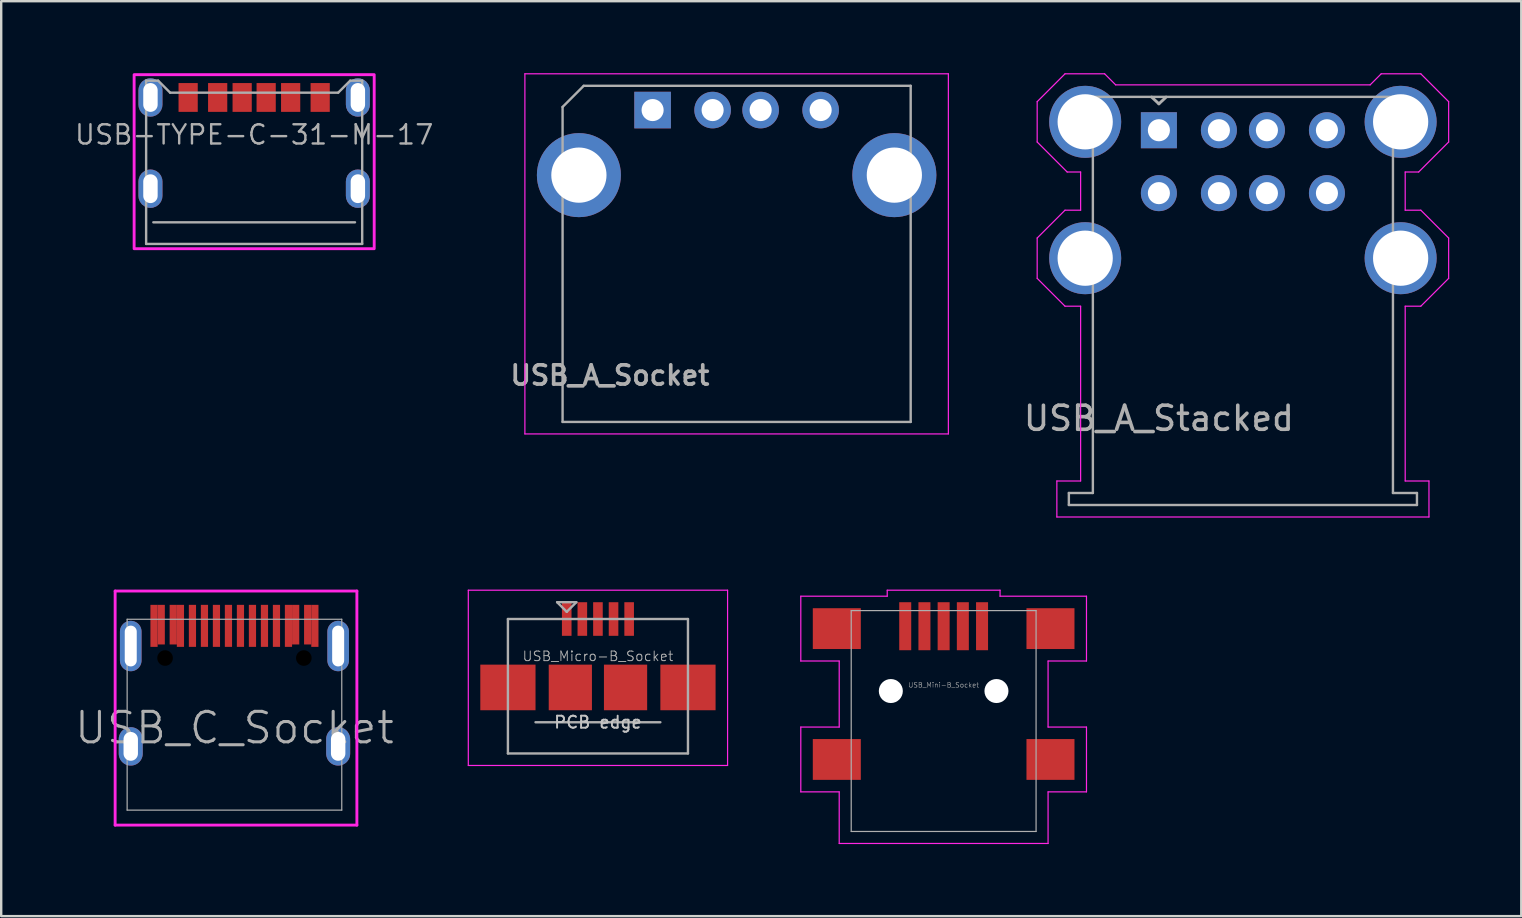
<source format=kicad_pcb>
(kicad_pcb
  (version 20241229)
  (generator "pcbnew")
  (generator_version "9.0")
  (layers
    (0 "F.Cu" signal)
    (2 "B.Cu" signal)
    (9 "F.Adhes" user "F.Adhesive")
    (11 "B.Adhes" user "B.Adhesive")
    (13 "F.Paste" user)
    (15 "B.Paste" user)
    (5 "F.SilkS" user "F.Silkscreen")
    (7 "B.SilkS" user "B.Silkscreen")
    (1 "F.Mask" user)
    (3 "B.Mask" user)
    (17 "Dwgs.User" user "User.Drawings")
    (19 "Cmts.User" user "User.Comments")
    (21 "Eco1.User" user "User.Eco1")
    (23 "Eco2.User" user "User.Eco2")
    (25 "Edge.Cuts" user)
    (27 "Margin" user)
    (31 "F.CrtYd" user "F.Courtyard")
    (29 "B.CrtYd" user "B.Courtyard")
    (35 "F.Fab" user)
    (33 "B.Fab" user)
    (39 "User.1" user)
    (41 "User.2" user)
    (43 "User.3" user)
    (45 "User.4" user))
  (footprint "USB-TYPE-C-31-M-17"
    (layer "F.Cu")
    (at 7.537 4.81)
    (property "Reference" "USB-TYPE-C-31-M-17" (at 0 -2.25 0) (layer "F.Fab") (effects (font (size 0.8 0.8) (thickness 0.1))))
    (attr smd)
    (fp_rect (start -5 -4.75) (end 5 2.5) (stroke (width 0.12) (type solid)) (fill no) (layer "F.CrtYd"))
    (fp_line (start -4.5 -4.5) (end -4.5 2.3) (stroke (width 0.1) (type solid)) (layer "F.Fab"))
    (fp_line (start -4.5 -4.5) (end -4 -4.5) (stroke (width 0.1) (type solid)) (layer "F.Fab"))
    (fp_line (start -4 -4.5) (end -3.5 -4) (stroke (width 0.1) (type solid)) (layer "F.Fab"))
    (fp_line (start -3.5 -4) (end 3.5 -4) (stroke (width 0.1) (type solid)) (layer "F.Fab"))
    (fp_line (start 3.5 -4) (end 4 -4.5) (stroke (width 0.1) (type solid)) (layer "F.Fab"))
    (fp_line (start 4 -4.5) (end 4.5 -4.5) (stroke (width 0.1) (type solid)) (layer "F.Fab"))
    (fp_line (start 4.2 1.4) (end -4.2 1.4) (stroke (width 0.1) (type solid)) (layer "F.Fab"))
    (fp_line (start 4.5 -4.5) (end 4.5 2.3) (stroke (width 0.1) (type solid)) (layer "F.Fab"))
    (fp_line (start 4.5 2.3) (end -4.5 2.3) (stroke (width 0.1) (type solid)) (layer "F.Fab"))
    (pad "1" thru_hole roundrect (at -4.32 -3.8) (size 1 1.6) (drill oval 0.6 1.2) (layers "*.Cu" "*.Mask") (roundrect_rratio 0.5))
    (pad "1" thru_hole roundrect (at -4.32 0) (size 1 1.6) (drill oval 0.6 1.2) (layers "*.Cu" "*.Mask") (roundrect_rratio 0.5))
    (pad "1" thru_hole roundrect (at 4.32 -3.8) (size 1 1.6) (drill oval 0.6 1.2) (layers "*.Cu" "*.Mask") (roundrect_rratio 0.5))
    (pad "1" thru_hole roundrect (at 4.32 0) (size 1 1.6) (drill oval 0.6 1.2) (layers "*.Cu" "*.Mask") (roundrect_rratio 0.5))
    (pad "A5" smd rect (at -0.5 -3.8) (size 0.8 1.2) (layers "F.Cu" "F.Mask" "F.Paste"))
    (pad "A9" smd rect (at 1.52 -3.8) (size 0.8 1.2) (layers "F.Cu" "F.Mask" "F.Paste"))
    (pad "A12" smd rect (at 2.75 -3.8) (size 0.8 1.2) (layers "F.Cu" "F.Mask" "F.Paste"))
    (pad "B5" smd rect (at 0.5 -3.8) (size 0.8 1.2) (layers "F.Cu" "F.Mask" "F.Paste"))
    (pad "B9" smd rect (at -1.52 -3.8) (size 0.8 1.2) (layers "F.Cu" "F.Mask" "F.Paste"))
    (pad "B12" smd rect (at -2.75 -3.8) (size 0.8 1.2) (layers "F.Cu" "F.Mask" "F.Paste")))
  (footprint "USB_A_Stacked"
    (layer "F.Cu")
    (at 45.223 2.375)
    (property "Reference" "USB_A_Stacked" (at 0 12 0) (layer "F.Fab") (effects (font (size 1 1) (thickness 0.15))))
    (attr through_hole)
    (fp_line (start -5.07 -1.19) (end -5.07 0.49) (stroke (width 0.05) (type solid)) (layer "F.CrtYd"))
    (fp_line (start -5.07 0.49) (end -3.82 1.74) (stroke (width 0.05) (type solid)) (layer "F.CrtYd"))
    (fp_line (start -5.07 4.49) (end -5.07 6.17) (stroke (width 0.05) (type solid)) (layer "F.CrtYd"))
    (fp_line (start -5.07 6.17) (end -3.91 7.33) (stroke (width 0.05) (type solid)) (layer "F.CrtYd"))
    (fp_line (start -4.25 14.61) (end -4.25 16.11) (stroke (width 0.05) (type solid)) (layer "F.CrtYd"))
    (fp_line (start -4.25 16.11) (end 11.25 16.11) (stroke (width 0.05) (type solid)) (layer "F.CrtYd"))
    (fp_line (start -3.91 -2.35) (end -5.07 -1.19) (stroke (width 0.05) (type solid)) (layer "F.CrtYd"))
    (fp_line (start -3.91 3.33) (end -5.07 4.49) (stroke (width 0.05) (type solid)) (layer "F.CrtYd"))
    (fp_line (start -3.91 3.33) (end -3.26 3.33) (stroke (width 0.05) (type solid)) (layer "F.CrtYd"))
    (fp_line (start -3.82 1.74) (end -3.26 1.74) (stroke (width 0.05) (type solid)) (layer "F.CrtYd"))
    (fp_line (start -3.26 1.74) (end -3.26 3.33) (stroke (width 0.05) (type solid)) (layer "F.CrtYd"))
    (fp_line (start -3.26 7.33) (end -3.91 7.33) (stroke (width 0.05) (type solid)) (layer "F.CrtYd"))
    (fp_line (start -3.26 7.33) (end -3.26 14.61) (stroke (width 0.05) (type solid)) (layer "F.CrtYd"))
    (fp_line (start -3.26 14.61) (end -4.25 14.61) (stroke (width 0.05) (type solid)) (layer "F.CrtYd"))
    (fp_line (start -2.26 -2.35) (end -3.91 -2.35) (stroke (width 0.05) (type solid)) (layer "F.CrtYd"))
    (fp_line (start -2.26 -2.35) (end -1.8 -1.89) (stroke (width 0.05) (type solid)) (layer "F.CrtYd"))
    (fp_line (start 8.8 -1.89) (end -1.8 -1.89) (stroke (width 0.05) (type solid)) (layer "F.CrtYd"))
    (fp_line (start 9.26 -2.35) (end 8.8 -1.89) (stroke (width 0.05) (type solid)) (layer "F.CrtYd"))
    (fp_line (start 10.26 1.74) (end 10.26 3.33) (stroke (width 0.05) (type solid)) (layer "F.CrtYd"))
    (fp_line (start 10.26 1.74) (end 10.82 1.74) (stroke (width 0.05) (type solid)) (layer "F.CrtYd"))
    (fp_line (start 10.26 3.33) (end 10.91 3.33) (stroke (width 0.05) (type solid)) (layer "F.CrtYd"))
    (fp_line (start 10.26 7.33) (end 10.26 14.61) (stroke (width 0.05) (type solid)) (layer "F.CrtYd"))
    (fp_line (start 10.26 7.33) (end 10.91 7.33) (stroke (width 0.05) (type solid)) (layer "F.CrtYd"))
    (fp_line (start 10.26 14.61) (end 11.25 14.61) (stroke (width 0.05) (type solid)) (layer "F.CrtYd"))
    (fp_line (start 10.91 -2.35) (end 9.26 -2.35) (stroke (width 0.05) (type solid)) (layer "F.CrtYd"))
    (fp_line (start 10.91 -2.35) (end 12.07 -1.19) (stroke (width 0.05) (type solid)) (layer "F.CrtYd"))
    (fp_line (start 10.91 3.33) (end 12.07 4.49) (stroke (width 0.05) (type solid)) (layer "F.CrtYd"))
    (fp_line (start 11.25 14.61) (end 11.25 16.11) (stroke (width 0.05) (type solid)) (layer "F.CrtYd"))
    (fp_line (start 12.07 -1.19) (end 12.07 0.49) (stroke (width 0.05) (type solid)) (layer "F.CrtYd"))
    (fp_line (start 12.07 0.49) (end 10.82 1.74) (stroke (width 0.05) (type solid)) (layer "F.CrtYd"))
    (fp_line (start 12.07 4.49) (end 12.07 6.17) (stroke (width 0.05) (type solid)) (layer "F.CrtYd"))
    (fp_line (start 12.07 6.17) (end 10.91 7.33) (stroke (width 0.05) (type solid)) (layer "F.CrtYd"))
    (fp_line (start -3.75 15.11) (end -3.75 15.61) (stroke (width 0.1) (type solid)) (layer "F.Fab"))
    (fp_line (start -2.75 -1.39) (end -2.75 15.11) (stroke (width 0.1) (type solid)) (layer "F.Fab"))
    (fp_line (start -2.75 15.11) (end -3.75 15.11) (stroke (width 0.1) (type solid)) (layer "F.Fab"))
    (fp_line (start 0 -1.1) (end -0.3 -1.38) (stroke (width 0.12) (type solid)) (layer "F.Fab"))
    (fp_line (start 0 -1.1) (end 0.3 -1.38) (stroke (width 0.12) (type solid)) (layer "F.Fab"))
    (fp_line (start 9.75 -1.39) (end -2.75 -1.39) (stroke (width 0.1) (type solid)) (layer "F.Fab"))
    (fp_line (start 9.75 -1.39) (end 9.75 15.11) (stroke (width 0.1) (type solid)) (layer "F.Fab"))
    (fp_line (start 9.75 15.11) (end 10.75 15.11) (stroke (width 0.1) (type solid)) (layer "F.Fab"))
    (fp_line (start 10.75 15.11) (end 10.75 15.61) (stroke (width 0.1) (type solid)) (layer "F.Fab"))
    (fp_line (start 10.75 15.61) (end -3.75 15.61) (stroke (width 0.1) (type solid)) (layer "F.Fab"))
    (pad "1" thru_hole rect (at 0 0) (size 1.5 1.5) (drill 0.92) (layers "*.Cu" "*.Mask"))
    (pad "2" thru_hole circle (at 2.5 0) (size 1.5 1.5) (drill 0.92) (layers "*.Cu" "*.Mask"))
    (pad "3" thru_hole circle (at 4.5 0) (size 1.5 1.5) (drill 0.92) (layers "*.Cu" "*.Mask"))
    (pad "4" thru_hole circle (at 7 0) (size 1.5 1.5) (drill 0.92) (layers "*.Cu" "*.Mask"))
    (pad "5" thru_hole circle (at 0 2.62) (size 1.5 1.5) (drill 0.92) (layers "*.Cu" "*.Mask"))
    (pad "6" thru_hole circle (at 2.5 2.62) (size 1.5 1.5) (drill 0.92) (layers "*.Cu" "*.Mask"))
    (pad "7" thru_hole circle (at 4.5 2.62) (size 1.5 1.5) (drill 0.92) (layers "*.Cu" "*.Mask"))
    (pad "8" thru_hole circle (at 7 2.62) (size 1.5 1.5) (drill 0.92) (layers "*.Cu" "*.Mask"))
    (pad "9" thru_hole circle (at -3.07 -0.35) (size 3 3) (drill 2.3) (layers "*.Cu" "*.Mask"))
    (pad "9" thru_hole circle (at -3.07 5.33) (size 3 3) (drill 2.3) (layers "*.Cu" "*.Mask"))
    (pad "9" thru_hole circle (at 10.07 -0.35) (size 3 3) (drill 2.3) (layers "*.Cu" "*.Mask"))
    (pad "9" thru_hole circle (at 10.07 5.33) (size 3 3) (drill 2.3) (layers "*.Cu" "*.Mask")))
  (footprint "USB_Mini-B_Socket"
    (layer "F.Cu")
    (at 36.257 25.735)
    (property "Reference" "USB_Mini-B_Socket" (at 0 -0.25 0) (unlocked yes) (layer "F.Fab") (effects (font (size 0.2 0.2) (thickness 0.02))))
    (attr smd)
    (fp_line (start -5.95 -3.95) (end -5.95 -1.25) (stroke (width 0.05) (type solid)) (layer "F.CrtYd"))
    (fp_line (start -5.95 -3.95) (end -2.35 -3.95) (stroke (width 0.05) (type solid)) (layer "F.CrtYd"))
    (fp_line (start -5.95 1.5) (end -5.95 4.2) (stroke (width 0.05) (type solid)) (layer "F.CrtYd"))
    (fp_line (start -4.35 -1.25) (end -5.95 -1.25) (stroke (width 0.05) (type solid)) (layer "F.CrtYd"))
    (fp_line (start -4.35 -1.25) (end -4.35 1.5) (stroke (width 0.05) (type solid)) (layer "F.CrtYd"))
    (fp_line (start -4.35 1.5) (end -5.95 1.5) (stroke (width 0.05) (type solid)) (layer "F.CrtYd"))
    (fp_line (start -4.35 4.2) (end -5.95 4.2) (stroke (width 0.05) (type solid)) (layer "F.CrtYd"))
    (fp_line (start -4.35 6.35) (end -4.35 4.2) (stroke (width 0.05) (type solid)) (layer "F.CrtYd"))
    (fp_line (start -4.35 6.35) (end 4.35 6.35) (stroke (width 0.05) (type solid)) (layer "F.CrtYd"))
    (fp_line (start -2.35 -3.95) (end -2.35 -4.2) (stroke (width 0.05) (type solid)) (layer "F.CrtYd"))
    (fp_line (start 2.35 -4.2) (end -2.35 -4.2) (stroke (width 0.05) (type solid)) (layer "F.CrtYd"))
    (fp_line (start 2.35 -3.95) (end 2.35 -4.2) (stroke (width 0.05) (type solid)) (layer "F.CrtYd"))
    (fp_line (start 4.35 -1.25) (end 4.35 1.5) (stroke (width 0.05) (type solid)) (layer "F.CrtYd"))
    (fp_line (start 4.35 -1.25) (end 5.95 -1.25) (stroke (width 0.05) (type solid)) (layer "F.CrtYd"))
    (fp_line (start 4.35 1.5) (end 5.95 1.5) (stroke (width 0.05) (type solid)) (layer "F.CrtYd"))
    (fp_line (start 4.35 4.2) (end 5.95 4.2) (stroke (width 0.05) (type solid)) (layer "F.CrtYd"))
    (fp_line (start 4.35 6.35) (end 4.35 4.2) (stroke (width 0.05) (type solid)) (layer "F.CrtYd"))
    (fp_line (start 5.95 -3.95) (end 2.35 -3.95) (stroke (width 0.05) (type solid)) (layer "F.CrtYd"))
    (fp_line (start 5.95 -3.95) (end 5.95 -1.25) (stroke (width 0.05) (type solid)) (layer "F.CrtYd"))
    (fp_line (start 5.95 1.5) (end 5.95 4.2) (stroke (width 0.05) (type solid)) (layer "F.CrtYd"))
    (fp_line (start -3.85 -3.35) (end -3.85 5.85) (stroke (width 0.05) (type solid)) (layer "F.Fab"))
    (fp_line (start -3.85 -3.35) (end 3.85 -3.35) (stroke (width 0.05) (type solid)) (layer "F.Fab"))
    (fp_line (start -3.85 5.85) (end 3.85 5.85) (stroke (width 0.05) (type solid)) (layer "F.Fab"))
    (fp_line (start 3.85 5.85) (end 3.85 -3.35) (stroke (width 0.05) (type solid)) (layer "F.Fab"))
    (pad "" np_thru_hole circle (at -2.2 0) (size 1 1) (drill 1) (layers "*.Cu" "*.Mask"))
    (pad "" np_thru_hole circle (at 2.2 0) (size 1 1) (drill 1) (layers "*.Cu" "*.Mask"))
    (pad "1" smd rect (at -1.6 -2.7) (size 0.5 2) (layers "F.Cu" "F.Mask" "F.Paste"))
    (pad "2" smd rect (at -0.8 -2.7) (size 0.5 2) (layers "F.Cu" "F.Mask" "F.Paste"))
    (pad "3" smd rect (at 0 -2.7) (size 0.5 2) (layers "F.Cu" "F.Mask" "F.Paste"))
    (pad "4" smd rect (at 0.8 -2.7) (size 0.5 2) (layers "F.Cu" "F.Mask" "F.Paste"))
    (pad "5" smd rect (at 1.6 -2.7) (size 0.5 2) (layers "F.Cu" "F.Mask" "F.Paste"))
    (pad "6" smd rect (at -4.45 -2.6) (size 2 1.7) (layers "F.Cu" "F.Mask" "F.Paste"))
    (pad "6" smd rect (at -4.45 2.85) (size 2 1.7) (layers "F.Cu" "F.Mask" "F.Paste"))
    (pad "6" smd rect (at 4.45 -2.6) (size 2 1.7) (layers "F.Cu" "F.Mask" "F.Paste"))
    (pad "6" smd rect (at 4.45 2.85) (size 2 1.7) (layers "F.Cu" "F.Mask" "F.Paste")))
  (footprint "USB_C_Socket"
    (layer "F.Cu")
    (at 6.716 26.17)
    (property "Reference" "USB_C_Socket" (at 0 1.1 0) (unlocked yes) (layer "F.Fab") (effects (font (size 1.27 1.27) (thickness 0.127))))
    (attr smd)
    (fp_line (start -4.97 -4.6) (end -4.97 5.15) (stroke (width 0.12) (type solid)) (layer "F.CrtYd"))
    (fp_line (start -4.97 -4.6) (end 5.1 -4.6) (stroke (width 0.12) (type solid)) (layer "F.CrtYd"))
    (fp_line (start -4.97 5.15) (end 5.1 5.15) (stroke (width 0.12) (type solid)) (layer "F.CrtYd"))
    (fp_line (start 5.1 -4.6) (end 5.1 5.15) (stroke (width 0.12) (type solid)) (layer "F.CrtYd"))
    (fp_line (start -4.47 -3.425) (end -4.47 4.525) (stroke (width 0.05) (type solid)) (layer "F.Fab"))
    (fp_line (start -4.47 -3.425) (end 4.47 -3.425) (stroke (width 0.05) (type solid)) (layer "F.Fab"))
    (fp_line (start 4.47 -3.425) (end 4.47 4.525) (stroke (width 0.05) (type solid)) (layer "F.Fab"))
    (fp_line (start 4.47 4.525) (end -4.47 4.525) (stroke (width 0.05) (type solid)) (layer "F.Fab"))
    (pad "" np_thru_hole circle (at -2.89 -1.81) (size 0.65 0.65) (drill 0.65) (layers "*.Mask"))
    (pad "" np_thru_hole circle (at 2.89 -1.81) (size 0.65 0.65) (drill 0.65) (layers "*.Mask"))
    (pad "A1" smd rect (at -3.35 -3.15) (size 0.3 1.75) (layers "F.Cu" "F.Mask" "F.Paste"))
    (pad "A1" smd rect (at -3.05 -3.2) (size 0.3 1.65) (layers "F.Cu" "F.Mask" "F.Paste"))
    (pad "A4" smd rect (at -2.55 -3.2) (size 0.3 1.65) (layers "F.Cu" "F.Mask" "F.Paste"))
    (pad "A4" smd rect (at -2.25 -3.15) (size 0.3 1.75) (layers "F.Cu" "F.Mask" "F.Paste"))
    (pad "A5" smd rect (at -1.25 -3.15) (size 0.3 1.75) (layers "F.Cu" "F.Mask" "F.Paste"))
    (pad "A6" smd rect (at -0.25 -3.15) (size 0.3 1.75) (layers "F.Cu" "F.Mask" "F.Paste"))
    (pad "A7" smd rect (at 0.25 -3.15) (size 0.3 1.75) (layers "F.Cu" "F.Mask" "F.Paste"))
    (pad "A8" smd rect (at 1.25 -3.15) (size 0.3 1.75) (layers "F.Cu" "F.Mask" "F.Paste"))
    (pad "A9" smd rect (at 2.25 -3.15) (size 0.3 1.75) (layers "F.Cu" "F.Mask" "F.Paste"))
    (pad "A9" smd rect (at 2.55 -3.2) (size 0.3 1.65) (layers "F.Cu" "F.Mask" "F.Paste"))
    (pad "A12" smd rect (at 3.05 -3.2) (size 0.3 1.65) (layers "F.Cu" "F.Mask" "F.Paste"))
    (pad "A12" smd rect (at 3.35 -3.15) (size 0.3 1.75) (layers "F.Cu" "F.Mask" "F.Paste"))
    (pad "B5" smd rect (at 1.75 -3.15) (size 0.3 1.75) (layers "F.Cu" "F.Mask" "F.Paste"))
    (pad "B6" smd rect (at 0.75 -3.15) (size 0.3 1.75) (layers "F.Cu" "F.Mask" "F.Paste"))
    (pad "B7" smd rect (at -0.75 -3.15) (size 0.3 1.75) (layers "F.Cu" "F.Mask" "F.Paste"))
    (pad "B8" smd rect (at -1.75 -3.15) (size 0.3 1.75) (layers "F.Cu" "F.Mask" "F.Paste"))
    (pad "S1" thru_hole oval (at -4.32 -2.31) (size 0.9 2.1) (drill oval 0.5 1.7) (property pad_prop_heatsink) (layers "*.Cu" "*.Paste" "*.Mask"))
    (pad "S1" thru_hole oval (at -4.32 1.87) (size 1 1.6) (drill oval 0.6 1.2) (property pad_prop_heatsink) (layers "*.Cu" "*.Paste" "*.Mask"))
    (pad "S1" thru_hole oval (at 4.32 -2.31) (size 0.9 2.1) (drill oval 0.5 1.7) (property pad_prop_heatsink) (layers "*.Cu" "*.Paste" "*.Mask"))
    (pad "S1" thru_hole oval (at 4.32 1.87) (size 1 1.6) (drill oval 0.6 1.2) (property pad_prop_heatsink) (layers "*.Cu" "*.Paste" "*.Mask")))
  (footprint "USB_Micro-B_Socket"
    (layer "F.Cu")
    (at 21.857 24.285)
    (property "Reference" "USB_Micro-B_Socket" (at 0 0 0) (layer "F.Fab") (effects (font (size 0.4 0.4) (thickness 0.04))))
    (attr smd)
    (fp_line (start -5.4 -2.75) (end -5.4 4.55) (stroke (width 0.05) (type solid)) (layer "F.CrtYd"))
    (fp_line (start -5.4 4.55) (end 5.4 4.55) (stroke (width 0.05) (type solid)) (layer "F.CrtYd"))
    (fp_line (start 5.4 -2.75) (end -5.4 -2.75) (stroke (width 0.05) (type solid)) (layer "F.CrtYd"))
    (fp_line (start 5.4 4.55) (end 5.4 -2.75) (stroke (width 0.05) (type solid)) (layer "F.CrtYd"))
    (fp_line (start -3.75 -1.55) (end 3.75 -1.55) (stroke (width 0.1) (type solid)) (layer "F.Fab"))
    (fp_line (start -3.75 4.05) (end -3.75 -1.55) (stroke (width 0.1) (type solid)) (layer "F.Fab"))
    (fp_line (start -2.6 2.75) (end 2.6 2.75) (stroke (width 0.1) (type solid)) (layer "F.Fab"))
    (fp_line (start -1.7 -2.25) (end -1.3 -1.85) (stroke (width 0.1) (type solid)) (layer "F.Fab"))
    (fp_line (start -1.3 -1.85) (end -0.9 -2.25) (stroke (width 0.1) (type solid)) (layer "F.Fab"))
    (fp_line (start -0.9 -2.25) (end -1.7 -2.25) (stroke (width 0.1) (type solid)) (layer "F.Fab"))
    (fp_line (start 3.75 -1.55) (end 3.75 4.05) (stroke (width 0.1) (type solid)) (layer "F.Fab"))
    (fp_line (start 3.75 4.05) (end -3.75 4.05) (stroke (width 0.1) (type solid)) (layer "F.Fab"))
    (fp_text user "PCB edge" (at 0 2.75 0) (layer "Dwgs.User") (effects (font (size 0.5 0.5) (thickness 0.08))))
    (pad "1" smd rect (at -1.3 -1.55) (size 0.4 1.4) (layers "F.Cu" "F.Mask" "F.Paste"))
    (pad "2" smd rect (at -0.65 -1.55) (size 0.4 1.4) (layers "F.Cu" "F.Mask" "F.Paste"))
    (pad "3" smd rect (at 0 -1.55) (size 0.4 1.4) (layers "F.Cu" "F.Mask" "F.Paste"))
    (pad "4" smd rect (at 0.65 -1.55) (size 0.4 1.4) (layers "F.Cu" "F.Mask" "F.Paste"))
    (pad "5" smd rect (at 1.3 -1.55) (size 0.4 1.4) (layers "F.Cu" "F.Mask" "F.Paste"))
    (pad "6" smd rect (at -3.75 1.3) (size 2.3 1.9) (layers "F.Cu" "F.Mask" "F.Paste"))
    (pad "6" smd rect (at -1.15 1.3) (size 1.8 1.9) (layers "F.Cu" "F.Mask" "F.Paste"))
    (pad "6" smd rect (at 1.15 1.3) (size 1.8 1.9) (layers "F.Cu" "F.Mask" "F.Paste"))
    (pad "6" smd rect (at 3.75 1.3) (size 2.3 1.9) (layers "F.Cu" "F.Mask" "F.Paste")))
  (footprint "USB_A_Socket"
    (layer "F.Cu")
    (at 24.134 1.535)
    (property "Reference" "USB_A_Socket" (at -1.778 11.049 0) (layer "F.Fab") (effects (font (size 0.8 0.8) (thickness 0.153))))
    (attr through_hole)
    (fp_line (start -5.32 -1.51) (end -5.32 13.49) (stroke (width 0.05) (type solid)) (layer "F.CrtYd"))
    (fp_line (start -5.32 -1.51) (end 12.32 -1.51) (stroke (width 0.05) (type solid)) (layer "F.CrtYd"))
    (fp_line (start 12.32 -1.51) (end 12.32 13.49) (stroke (width 0.05) (type solid)) (layer "F.CrtYd"))
    (fp_line (start 12.32 13.49) (end -5.32 13.49) (stroke (width 0.05) (type solid)) (layer "F.CrtYd"))
    (fp_line (start -3.75 -0.13) (end -3.75 12.99) (stroke (width 0.1) (type solid)) (layer "F.Fab"))
    (fp_line (start -3.75 12.99) (end 10.75 12.99) (stroke (width 0.1) (type solid)) (layer "F.Fab"))
    (fp_line (start -2.87 -1.01) (end -3.75 -0.13) (stroke (width 0.1) (type solid)) (layer "F.Fab"))
    (fp_line (start -2.87 -1.01) (end 10.75 -1.01) (stroke (width 0.1) (type solid)) (layer "F.Fab"))
    (fp_line (start 10.75 -1.01) (end 10.75 12.99) (stroke (width 0.1) (type solid)) (layer "F.Fab"))
    (pad "1" thru_hole rect (at 0 0) (size 1.524 1.524) (drill 0.92) (layers "*.Cu" "*.Mask"))
    (pad "2" thru_hole circle (at 2.5 0) (size 1.524 1.524) (drill 0.92) (layers "*.Cu" "*.Mask"))
    (pad "3" thru_hole circle (at 4.5 0) (size 1.524 1.524) (drill 0.92) (layers "*.Cu" "*.Mask"))
    (pad "4" thru_hole circle (at 7 0) (size 1.524 1.524) (drill 0.92) (layers "*.Cu" "*.Mask"))
    (pad "5" thru_hole circle (at -3.07 2.71) (size 3.5 3.5) (drill 2.3) (layers "*.Cu" "*.Mask"))
    (pad "5" thru_hole circle (at 10.07 2.71) (size 3.5 3.5) (drill 2.3) (layers "*.Cu" "*.Mask")))
  (gr_rect
    (start -3 -3)
    (end 60.318 35.11)
    (stroke (width 0.1) (type default))
    (fill no)
    (layer "Edge.Cuts")))
</source>
